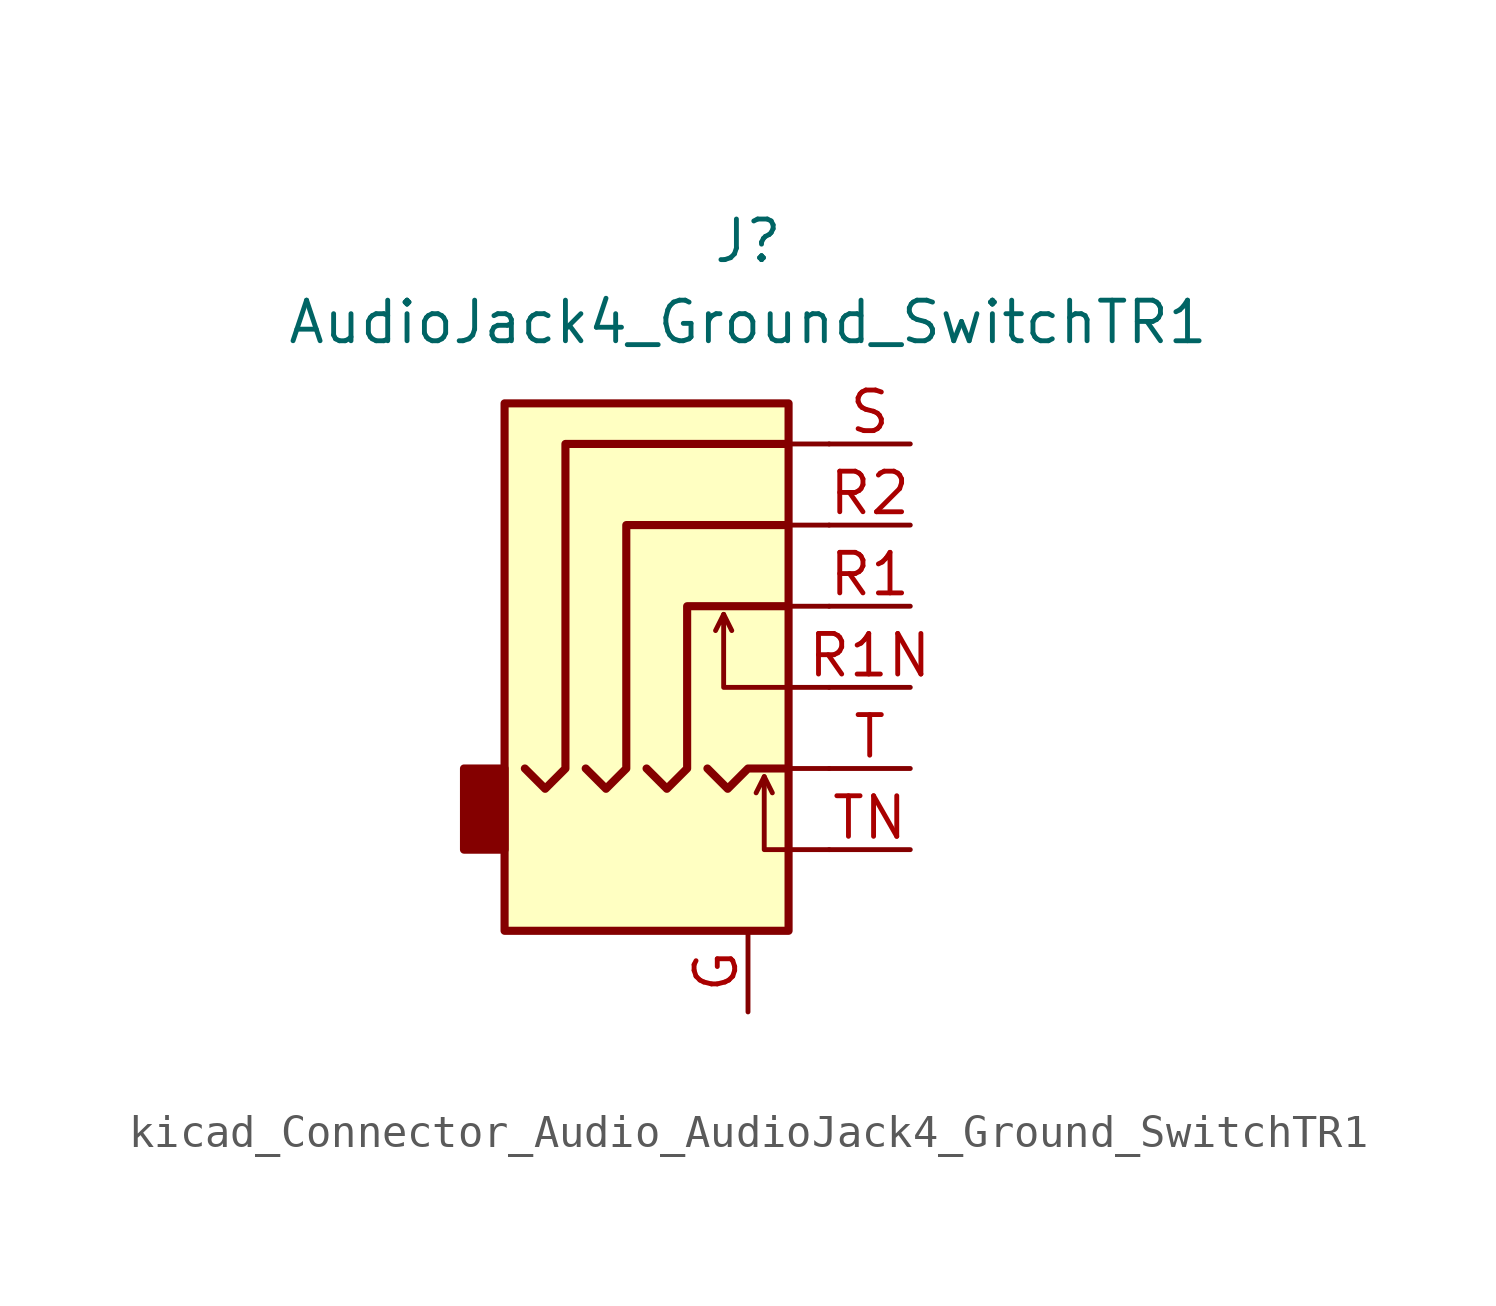
<source format=kicad_sym>
(kicad_symbol_lib
  (version 20220914)
  (generator kicad_symbol_editor)
  (symbol "kicad_Connector_Audio_AudioJack4_Ground_SwitchTR1"
    (property "Reference" "J"
      (at 0 11.43 0)
      (effects (font (size 1.27 1.27))))
    (property "Value" "AudioJack4_Ground_SwitchTR1"
      (at 0 8.89 0)
      (effects (font (size 1.27 1.27))))
    (symbol "kicad_Connector_Audio_AudioJack4_Ground_SwitchTR1_0_1"
      (rectangle (start -7.62 -5.08) (end -8.89 -7.62) (stroke (width 0.254) (type default)) (fill (type outline)))
      (polyline (pts (xy 1.27 2.54) (xy 2.54 2.54)) (stroke (width 0) (type default)) (fill (type none)))
      (polyline (pts (xy 2.54 -5.08) (xy 1.27 -5.08)) (stroke (width 0) (type default)) (fill (type none)))
      (polyline (pts (xy 2.54 0) (xy 1.27 0)) (stroke (width 0) (type default)) (fill (type none)))
      (polyline (pts (xy 2.54 5.08) (xy 1.27 5.08)) (stroke (width 0) (type default)) (fill (type none)))
      (rectangle (start 1.27 6.35) (end -7.62 -10.16) (stroke (width 0.254) (type default)) (fill (type background))))
    (symbol "kicad_Connector_Audio_AudioJack4_Ground_SwitchTR1_1_1"
      (polyline (pts (xy -0.762 -0.254) (xy -0.508 -0.762)) (stroke (width 0) (type default)) (fill (type none)))
      (polyline (pts (xy 0.508 -5.334) (xy 0.762 -5.842)) (stroke (width 0) (type default)) (fill (type none)))
      (polyline (pts (xy -1.27 -5.08) (xy -0.635 -5.715) (xy 0 -5.08) (xy 1.27 -5.08)) (stroke (width 0.254) (type default)) (fill (type none)))
      (polyline (pts (xy 2.54 -7.62) (xy 0.508 -7.62) (xy 0.508 -5.334) (xy 0.254 -5.842)) (stroke (width 0) (type default)) (fill (type none)))
      (polyline (pts (xy 2.54 -2.54) (xy -0.762 -2.54) (xy -0.762 -0.254) (xy -1.016 -0.762)) (stroke (width 0) (type default)) (fill (type none)))
      (polyline (pts (xy -3.175 -5.08) (xy -2.54 -5.715) (xy -1.905 -5.08) (xy -1.905 0) (xy 1.27 0)) (stroke (width 0.254) (type default)) (fill (type none)))
      (polyline (pts (xy 1.27 2.54) (xy -3.81 2.54) (xy -3.81 -5.08) (xy -4.445 -5.715) (xy -5.08 -5.08)) (stroke (width 0.254) (type default)) (fill (type none)))
      (polyline (pts (xy 1.27 5.08) (xy -5.715 5.08) (xy -5.715 -5.08) (xy -6.35 -5.715) (xy -6.985 -5.08)) (stroke (width 0.254) (type default)) (fill (type none)))
      (pin passive line (at 0 -12.7 90) (length 2.54) (name "~" (effects (font (size 1.27 1.27)))) (number "G" (effects (font (size 1.27 1.27)))))
      (pin passive line (at 5.08 0 180) (length 2.54) (name "~" (effects (font (size 1.27 1.27)))) (number "R1" (effects (font (size 1.27 1.27)))))
      (pin passive line (at 5.08 -2.54 180) (length 2.54) (name "~" (effects (font (size 1.27 1.27)))) (number "R1N" (effects (font (size 1.27 1.27)))))
      (pin passive line (at 5.08 2.54 180) (length 2.54) (name "~" (effects (font (size 1.27 1.27)))) (number "R2" (effects (font (size 1.27 1.27)))))
      (pin passive line (at 5.08 5.08 180) (length 2.54) (name "~" (effects (font (size 1.27 1.27)))) (number "S" (effects (font (size 1.27 1.27)))))
      (pin passive line (at 5.08 -5.08 180) (length 2.54) (name "~" (effects (font (size 1.27 1.27)))) (number "T" (effects (font (size 1.27 1.27)))))
      (pin passive line (at 5.08 -7.62 180) (length 2.54) (name "~" (effects (font (size 1.27 1.27)))) (number "TN" (effects (font (size 1.27 1.27))))))))
</source>
